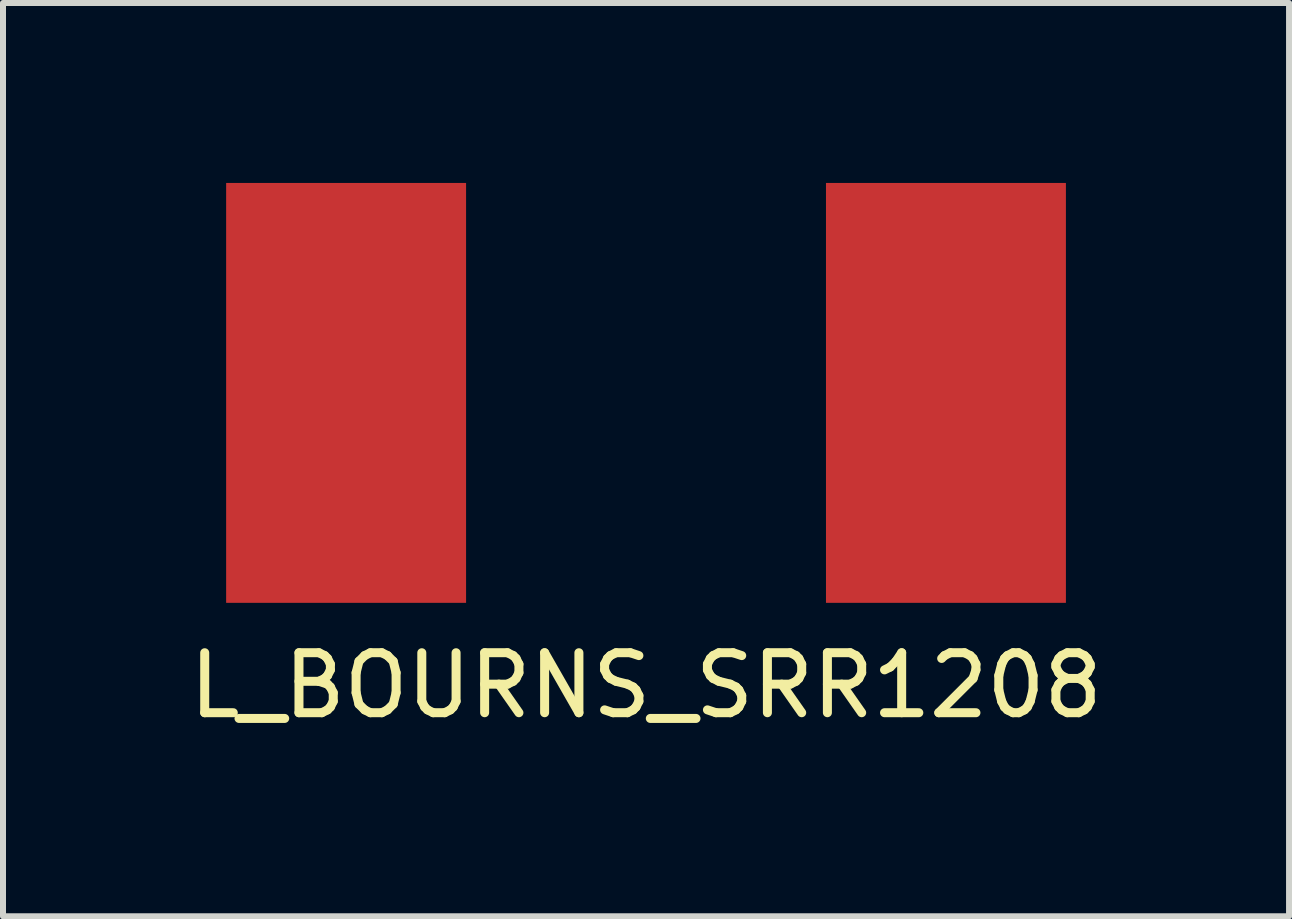
<source format=kicad_pcb>
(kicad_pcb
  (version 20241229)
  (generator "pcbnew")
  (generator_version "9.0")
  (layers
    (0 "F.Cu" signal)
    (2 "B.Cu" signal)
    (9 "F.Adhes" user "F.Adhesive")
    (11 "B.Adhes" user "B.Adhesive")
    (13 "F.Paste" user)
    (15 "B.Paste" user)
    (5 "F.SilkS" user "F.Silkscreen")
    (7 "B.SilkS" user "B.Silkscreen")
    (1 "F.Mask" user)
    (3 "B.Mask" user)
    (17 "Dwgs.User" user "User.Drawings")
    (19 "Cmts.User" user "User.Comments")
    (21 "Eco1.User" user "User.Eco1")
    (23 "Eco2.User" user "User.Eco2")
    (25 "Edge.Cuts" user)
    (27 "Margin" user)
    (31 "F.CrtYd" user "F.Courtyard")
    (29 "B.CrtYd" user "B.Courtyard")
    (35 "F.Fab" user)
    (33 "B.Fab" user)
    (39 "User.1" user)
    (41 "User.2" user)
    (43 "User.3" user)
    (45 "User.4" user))
  (footprint "L_BOURNS_SRR1208"
    (layer "F.Cu")
    (at 7.72 3.5)
    (property "Reference" "L_BOURNS_SRR1208" (at 0 4.877 0) (layer "F.SilkS") (effects (font (size 1 1) (thickness 0.15))))
    (attr through_hole)
    (pad "1" smd rect (at -5 0) (size 4 7) (layers "F.Cu" "F.Mask" "F.Paste"))
    (pad "2" smd rect (at 5 0) (size 4 7) (layers "F.Cu" "F.Mask" "F.Paste")))
  (gr_rect
    (start -3 -3)
    (end 18.44 12.225)
    (stroke (width 0.1) (type default))
    (fill no)
    (layer "Edge.Cuts")))
</source>
